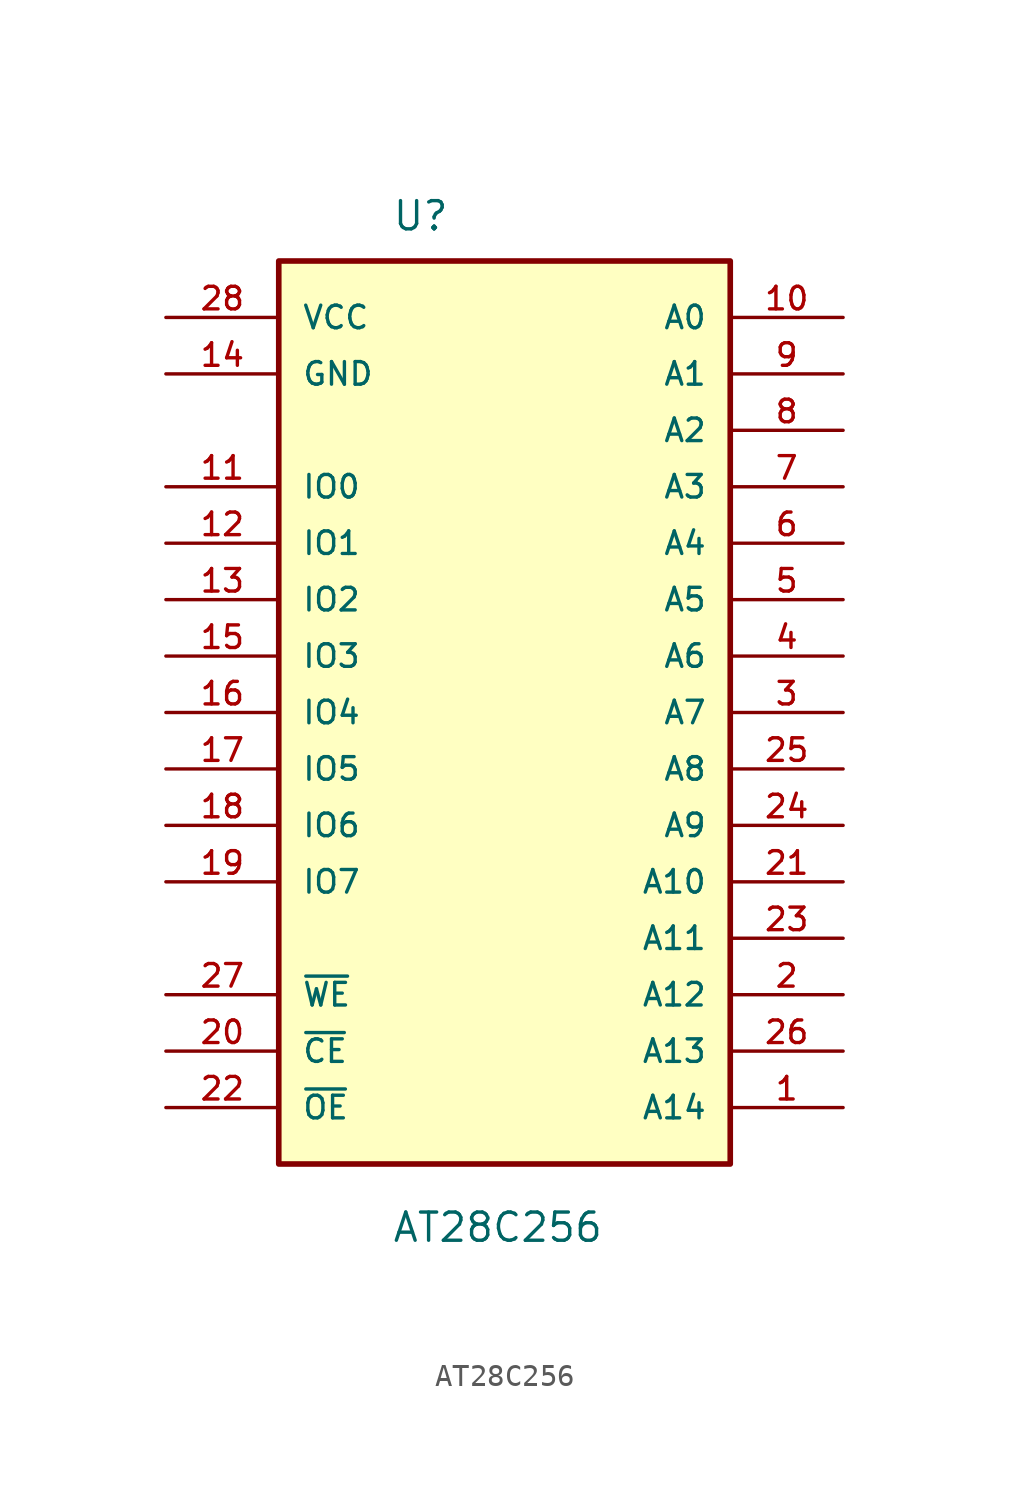
<source format=kicad_sym>
(kicad_symbol_lib
  (version 20211014)
  (generator kicad_symbol_editor)
  (symbol "AT28C256"
    (pin_names
      (offset 1.016))
    (property "Reference" "U"
      (at -5.083 24.145 0)
      (effects (font (size 1.27 1.27)) (justify bottom left)))
    (property "Value" "AT28C256"
      (at -5.089 -21.375 0)
      (effects (font (size 1.27 1.27)) (justify bottom left)))
    (symbol "AT28C256_0_0"
      (rectangle (start -10.16 -17.78) (end 10.16 22.86) (stroke (width 0.254)) (fill (type background)))
      (pin bidirectional line (at 15.24 20.32 180.0) (length 5.08) (name "A0" (effects (font (size 1.016 1.016)))) (number "10" (effects (font (size 1.016 1.016)))))
      (pin bidirectional line (at 15.24 17.78 180.0) (length 5.08) (name "A1" (effects (font (size 1.016 1.016)))) (number "9" (effects (font (size 1.016 1.016)))))
      (pin bidirectional line (at 15.24 15.24 180.0) (length 5.08) (name "A2" (effects (font (size 1.016 1.016)))) (number "8" (effects (font (size 1.016 1.016)))))
      (pin bidirectional line (at 15.24 12.7 180.0) (length 5.08) (name "A3" (effects (font (size 1.016 1.016)))) (number "7" (effects (font (size 1.016 1.016)))))
      (pin bidirectional line (at 15.24 10.16 180.0) (length 5.08) (name "A4" (effects (font (size 1.016 1.016)))) (number "6" (effects (font (size 1.016 1.016)))))
      (pin bidirectional line (at 15.24 7.62 180.0) (length 5.08) (name "A5" (effects (font (size 1.016 1.016)))) (number "5" (effects (font (size 1.016 1.016)))))
      (pin bidirectional line (at 15.24 5.08 180.0) (length 5.08) (name "A6" (effects (font (size 1.016 1.016)))) (number "4" (effects (font (size 1.016 1.016)))))
      (pin bidirectional line (at 15.24 2.54 180.0) (length 5.08) (name "A7" (effects (font (size 1.016 1.016)))) (number "3" (effects (font (size 1.016 1.016)))))
      (pin bidirectional line (at 15.24 0.0 180.0) (length 5.08) (name "A8" (effects (font (size 1.016 1.016)))) (number "25" (effects (font (size 1.016 1.016)))))
      (pin bidirectional line (at 15.24 -2.54 180.0) (length 5.08) (name "A9" (effects (font (size 1.016 1.016)))) (number "24" (effects (font (size 1.016 1.016)))))
      (pin bidirectional line (at 15.24 -5.08 180.0) (length 5.08) (name "A10" (effects (font (size 1.016 1.016)))) (number "21" (effects (font (size 1.016 1.016)))))
      (pin bidirectional line (at 15.24 -7.62 180.0) (length 5.08) (name "A11" (effects (font (size 1.016 1.016)))) (number "23" (effects (font (size 1.016 1.016)))))
      (pin bidirectional line (at -15.24 12.7 0) (length 5.08) (name "IO0" (effects (font (size 1.016 1.016)))) (number "11" (effects (font (size 1.016 1.016)))))
      (pin bidirectional line (at -15.24 10.16 0) (length 5.08) (name "IO1" (effects (font (size 1.016 1.016)))) (number "12" (effects (font (size 1.016 1.016)))))
      (pin bidirectional line (at -15.24 7.62 0) (length 5.08) (name "IO2" (effects (font (size 1.016 1.016)))) (number "13" (effects (font (size 1.016 1.016)))))
      (pin bidirectional line (at -15.24 5.08 0) (length 5.08) (name "IO3" (effects (font (size 1.016 1.016)))) (number "15" (effects (font (size 1.016 1.016)))))
      (pin bidirectional line (at -15.24 2.54 0) (length 5.08) (name "IO4" (effects (font (size 1.016 1.016)))) (number "16" (effects (font (size 1.016 1.016)))))
      (pin bidirectional line (at -15.24 0.0 0) (length 5.08) (name "IO5" (effects (font (size 1.016 1.016)))) (number "17" (effects (font (size 1.016 1.016)))))
      (pin bidirectional line (at -15.24 -2.54 0) (length 5.08) (name "IO6" (effects (font (size 1.016 1.016)))) (number "18" (effects (font (size 1.016 1.016)))))
      (pin bidirectional line (at -15.24 -5.08 0) (length 5.08) (name "IO7" (effects (font (size 1.016 1.016)))) (number "19" (effects (font (size 1.016 1.016)))))
      (pin bidirectional line (at -15.24 20.32 0) (length 5.08) (name "VCC" (effects (font (size 1.016 1.016)))) (number "28" (effects (font (size 1.016 1.016)))))
      (pin bidirectional line (at -15.24 -10.16 0) (length 5.08) (name "~{WE}" (effects (font (size 1.016 1.016)))) (number "27" (effects (font (size 1.016 1.016)))))
      (pin bidirectional line (at -15.24 -12.7 0) (length 5.08) (name "~{CE}" (effects (font (size 1.016 1.016)))) (number "20" (effects (font (size 1.016 1.016)))))
      (pin bidirectional line (at -15.24 -15.24 0) (length 5.08) (name "~{OE}" (effects (font (size 1.016 1.016)))) (number "22" (effects (font (size 1.016 1.016)))))
      (pin bidirectional line (at -15.24 17.78 0) (length 5.08) (name "GND" (effects (font (size 1.016 1.016)))) (number "14" (effects (font (size 1.016 1.016)))))
      (pin bidirectional line (at 15.24 -10.16 180.0) (length 5.08) (name "A12" (effects (font (size 1.016 1.016)))) (number "2" (effects (font (size 1.016 1.016)))))
      (pin bidirectional line (at 15.24 -12.7 180.0) (length 5.08) (name "A13" (effects (font (size 1.016 1.016)))) (number "26" (effects (font (size 1.016 1.016)))))
      (pin bidirectional line (at 15.24 -15.24 180.0) (length 5.08) (name "A14" (effects (font (size 1.016 1.016)))) (number "1" (effects (font (size 1.016 1.016))))))))
</source>
